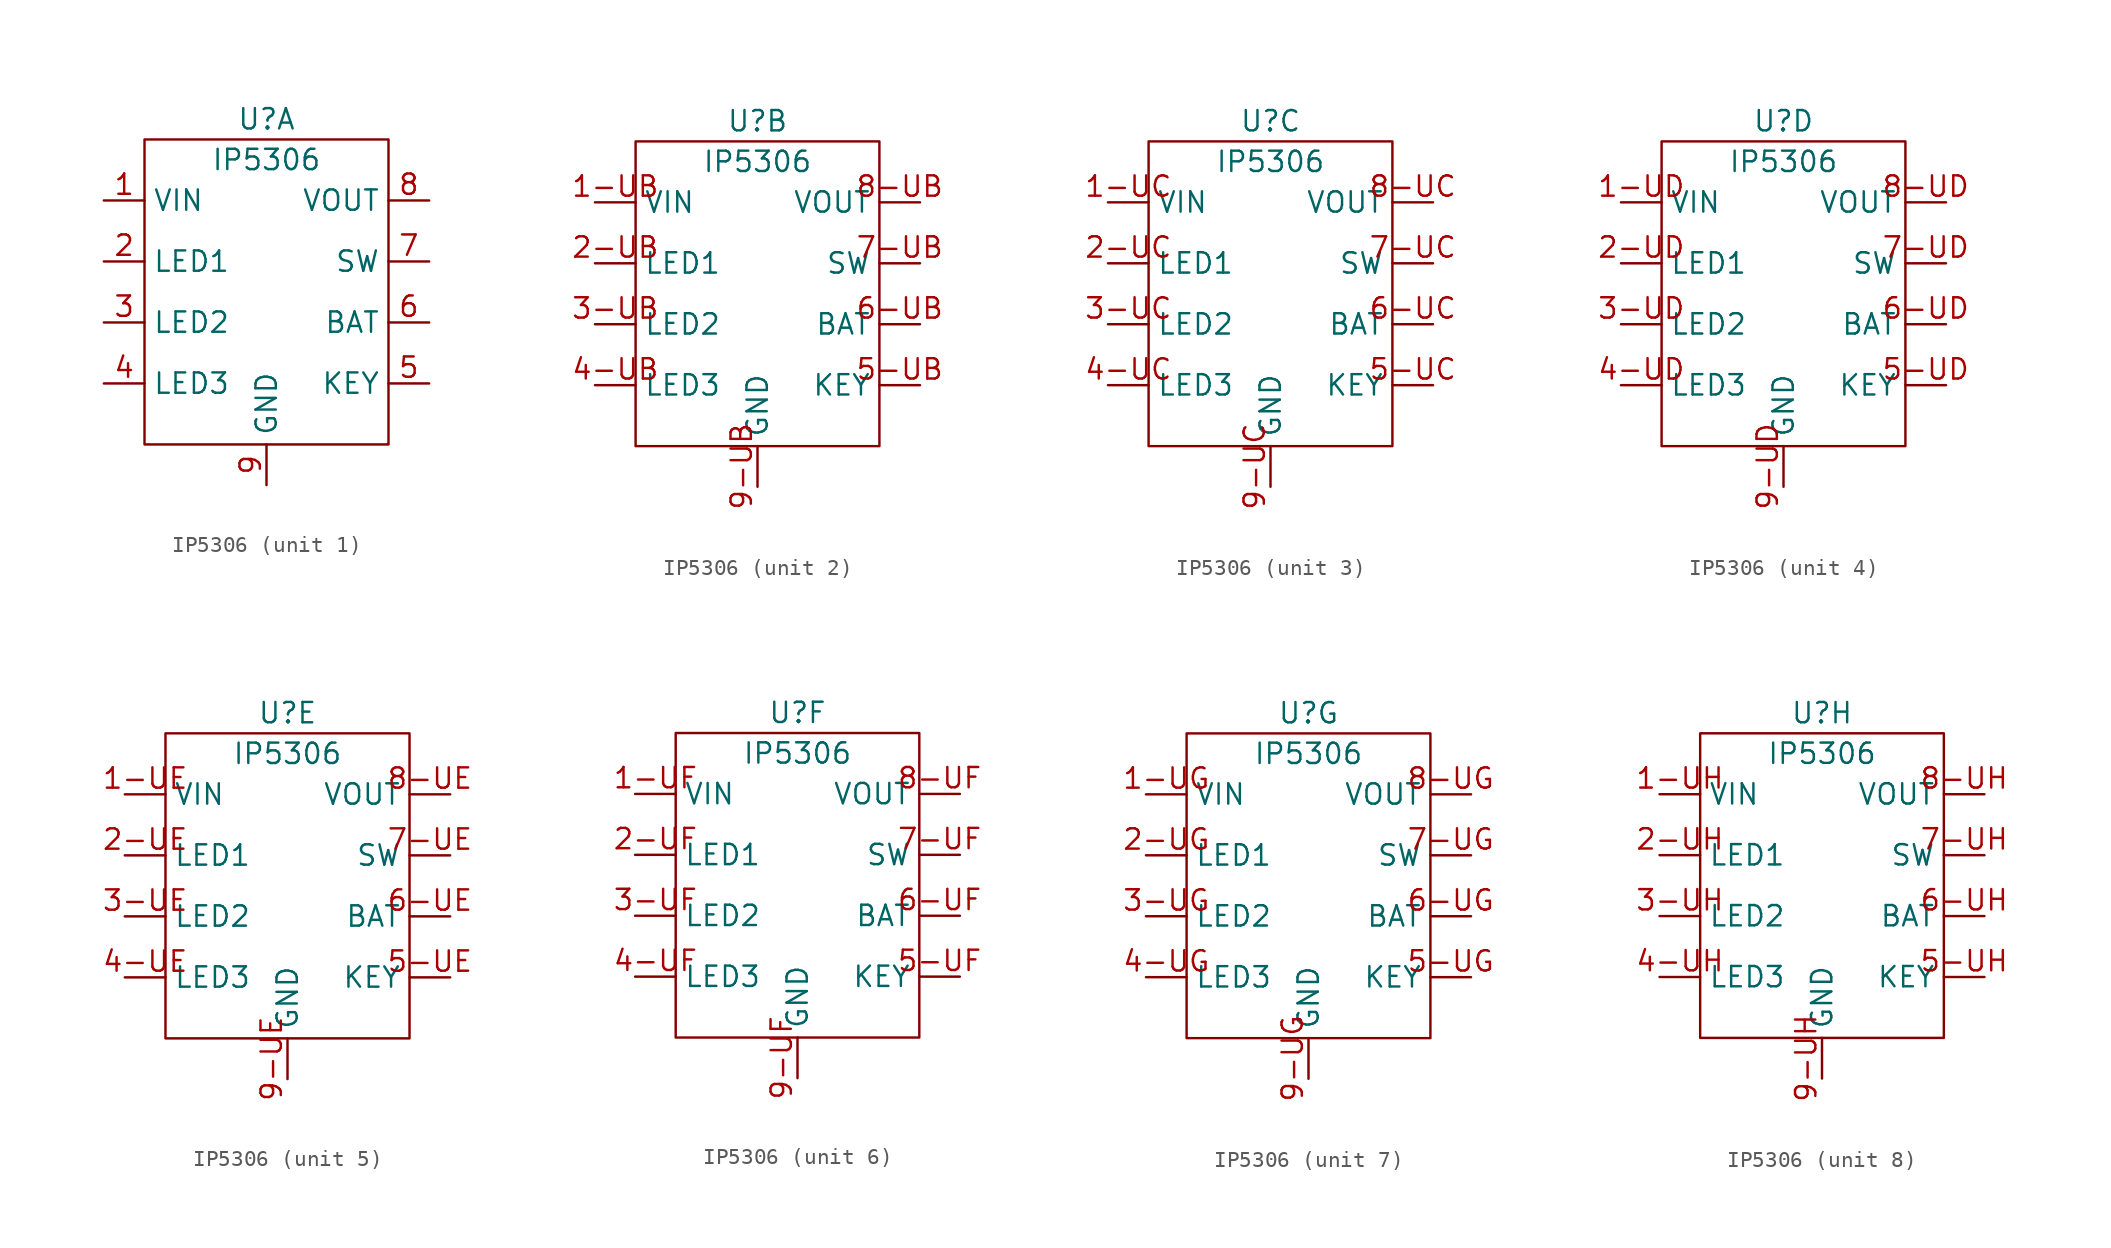
<source format=kicad_sym>
(kicad_symbol_lib
  (version 20211014)
  (generator kicad_symbol_editor)
  (symbol "IP5306"
    (property "Reference" "U"
      (at 0 -1.27 0)
      (effects (font (size 1.27 1.27))))
    (property "Value" "IP5306"
      (at 0 -3.81 0)
      (effects (font (size 1.27 1.27))))
    (symbol "IP5306_0_1"
      (rectangle (start -7.62 -2.54) (end 7.62 -21.59) (stroke (width 0.152) (type default) (color 0 0 0 0)) (fill (type none))))
    (symbol "IP5306_1_1"
      (pin power_in line (at -10.16 -6.35 0) (length 2.54) (name "VIN" (effects (font (size 1.27 1.27)))) (number "1" (effects (font (size 1.27 1.27)))))
      (pin bidirectional line (at -10.16 -10.16 0) (length 2.54) (name "LED1" (effects (font (size 1.27 1.27)))) (number "2" (effects (font (size 1.27 1.27)))))
      (pin bidirectional line (at -10.16 -13.97 0) (length 2.54) (name "LED2" (effects (font (size 1.27 1.27)))) (number "3" (effects (font (size 1.27 1.27)))))
      (pin bidirectional line (at -10.16 -17.78 0) (length 2.54) (name "LED3" (effects (font (size 1.27 1.27)))) (number "4" (effects (font (size 1.27 1.27)))))
      (pin input line (at 10.16 -17.78 180) (length 2.54) (name "KEY" (effects (font (size 1.27 1.27)))) (number "5" (effects (font (size 1.27 1.27)))))
      (pin input line (at 10.16 -13.97 180) (length 2.54) (name "BAT" (effects (font (size 1.27 1.27)))) (number "6" (effects (font (size 1.27 1.27)))))
      (pin input line (at 10.16 -10.16 180) (length 2.54) (name "SW" (effects (font (size 1.27 1.27)))) (number "7" (effects (font (size 1.27 1.27)))))
      (pin power_in line (at 10.16 -6.35 180) (length 2.54) (name "VOUT" (effects (font (size 1.27 1.27)))) (number "8" (effects (font (size 1.27 1.27)))))
      (pin power_in line (at 0 -24.13 90) (length 2.54) (name "GND" (effects (font (size 1.27 1.27)))) (number "9" (effects (font (size 1.27 1.27))))))
    (symbol "IP5306_2_1"
      (pin power_in line (at -10.16 -6.35 0) (length 2.54) (name "VIN" (effects (font (size 1.27 1.27)))) (number "1-UB" (effects (font (size 1.27 1.27)))))
      (pin bidirectional line (at -10.16 -10.16 0) (length 2.54) (name "LED1" (effects (font (size 1.27 1.27)))) (number "2-UB" (effects (font (size 1.27 1.27)))))
      (pin bidirectional line (at -10.16 -13.97 0) (length 2.54) (name "LED2" (effects (font (size 1.27 1.27)))) (number "3-UB" (effects (font (size 1.27 1.27)))))
      (pin bidirectional line (at -10.16 -17.78 0) (length 2.54) (name "LED3" (effects (font (size 1.27 1.27)))) (number "4-UB" (effects (font (size 1.27 1.27)))))
      (pin input line (at 10.16 -17.78 180) (length 2.54) (name "KEY" (effects (font (size 1.27 1.27)))) (number "5-UB" (effects (font (size 1.27 1.27)))))
      (pin input line (at 10.16 -13.97 180) (length 2.54) (name "BAT" (effects (font (size 1.27 1.27)))) (number "6-UB" (effects (font (size 1.27 1.27)))))
      (pin input line (at 10.16 -10.16 180) (length 2.54) (name "SW" (effects (font (size 1.27 1.27)))) (number "7-UB" (effects (font (size 1.27 1.27)))))
      (pin power_in line (at 10.16 -6.35 180) (length 2.54) (name "VOUT" (effects (font (size 1.27 1.27)))) (number "8-UB" (effects (font (size 1.27 1.27)))))
      (pin power_in line (at 0 -24.13 90) (length 2.54) (name "GND" (effects (font (size 1.27 1.27)))) (number "9-UB" (effects (font (size 1.27 1.27))))))
    (symbol "IP5306_3_1"
      (pin power_in line (at -10.16 -6.35 0) (length 2.54) (name "VIN" (effects (font (size 1.27 1.27)))) (number "1-UC" (effects (font (size 1.27 1.27)))))
      (pin bidirectional line (at -10.16 -10.16 0) (length 2.54) (name "LED1" (effects (font (size 1.27 1.27)))) (number "2-UC" (effects (font (size 1.27 1.27)))))
      (pin bidirectional line (at -10.16 -13.97 0) (length 2.54) (name "LED2" (effects (font (size 1.27 1.27)))) (number "3-UC" (effects (font (size 1.27 1.27)))))
      (pin bidirectional line (at -10.16 -17.78 0) (length 2.54) (name "LED3" (effects (font (size 1.27 1.27)))) (number "4-UC" (effects (font (size 1.27 1.27)))))
      (pin input line (at 10.16 -17.78 180) (length 2.54) (name "KEY" (effects (font (size 1.27 1.27)))) (number "5-UC" (effects (font (size 1.27 1.27)))))
      (pin input line (at 10.16 -13.97 180) (length 2.54) (name "BAT" (effects (font (size 1.27 1.27)))) (number "6-UC" (effects (font (size 1.27 1.27)))))
      (pin input line (at 10.16 -10.16 180) (length 2.54) (name "SW" (effects (font (size 1.27 1.27)))) (number "7-UC" (effects (font (size 1.27 1.27)))))
      (pin power_in line (at 10.16 -6.35 180) (length 2.54) (name "VOUT" (effects (font (size 1.27 1.27)))) (number "8-UC" (effects (font (size 1.27 1.27)))))
      (pin power_in line (at 0 -24.13 90) (length 2.54) (name "GND" (effects (font (size 1.27 1.27)))) (number "9-UC" (effects (font (size 1.27 1.27))))))
    (symbol "IP5306_4_1"
      (pin power_in line (at -10.16 -6.35 0) (length 2.54) (name "VIN" (effects (font (size 1.27 1.27)))) (number "1-UD" (effects (font (size 1.27 1.27)))))
      (pin bidirectional line (at -10.16 -10.16 0) (length 2.54) (name "LED1" (effects (font (size 1.27 1.27)))) (number "2-UD" (effects (font (size 1.27 1.27)))))
      (pin bidirectional line (at -10.16 -13.97 0) (length 2.54) (name "LED2" (effects (font (size 1.27 1.27)))) (number "3-UD" (effects (font (size 1.27 1.27)))))
      (pin bidirectional line (at -10.16 -17.78 0) (length 2.54) (name "LED3" (effects (font (size 1.27 1.27)))) (number "4-UD" (effects (font (size 1.27 1.27)))))
      (pin input line (at 10.16 -17.78 180) (length 2.54) (name "KEY" (effects (font (size 1.27 1.27)))) (number "5-UD" (effects (font (size 1.27 1.27)))))
      (pin input line (at 10.16 -13.97 180) (length 2.54) (name "BAT" (effects (font (size 1.27 1.27)))) (number "6-UD" (effects (font (size 1.27 1.27)))))
      (pin input line (at 10.16 -10.16 180) (length 2.54) (name "SW" (effects (font (size 1.27 1.27)))) (number "7-UD" (effects (font (size 1.27 1.27)))))
      (pin power_in line (at 10.16 -6.35 180) (length 2.54) (name "VOUT" (effects (font (size 1.27 1.27)))) (number "8-UD" (effects (font (size 1.27 1.27)))))
      (pin power_in line (at 0 -24.13 90) (length 2.54) (name "GND" (effects (font (size 1.27 1.27)))) (number "9-UD" (effects (font (size 1.27 1.27))))))
    (symbol "IP5306_5_1"
      (pin power_in line (at -10.16 -6.35 0) (length 2.54) (name "VIN" (effects (font (size 1.27 1.27)))) (number "1-UE" (effects (font (size 1.27 1.27)))))
      (pin bidirectional line (at -10.16 -10.16 0) (length 2.54) (name "LED1" (effects (font (size 1.27 1.27)))) (number "2-UE" (effects (font (size 1.27 1.27)))))
      (pin bidirectional line (at -10.16 -13.97 0) (length 2.54) (name "LED2" (effects (font (size 1.27 1.27)))) (number "3-UE" (effects (font (size 1.27 1.27)))))
      (pin bidirectional line (at -10.16 -17.78 0) (length 2.54) (name "LED3" (effects (font (size 1.27 1.27)))) (number "4-UE" (effects (font (size 1.27 1.27)))))
      (pin input line (at 10.16 -17.78 180) (length 2.54) (name "KEY" (effects (font (size 1.27 1.27)))) (number "5-UE" (effects (font (size 1.27 1.27)))))
      (pin input line (at 10.16 -13.97 180) (length 2.54) (name "BAT" (effects (font (size 1.27 1.27)))) (number "6-UE" (effects (font (size 1.27 1.27)))))
      (pin input line (at 10.16 -10.16 180) (length 2.54) (name "SW" (effects (font (size 1.27 1.27)))) (number "7-UE" (effects (font (size 1.27 1.27)))))
      (pin power_in line (at 10.16 -6.35 180) (length 2.54) (name "VOUT" (effects (font (size 1.27 1.27)))) (number "8-UE" (effects (font (size 1.27 1.27)))))
      (pin power_in line (at 0 -24.13 90) (length 2.54) (name "GND" (effects (font (size 1.27 1.27)))) (number "9-UE" (effects (font (size 1.27 1.27))))))
    (symbol "IP5306_6_1"
      (pin power_in line (at -10.16 -6.35 0) (length 2.54) (name "VIN" (effects (font (size 1.27 1.27)))) (number "1-UF" (effects (font (size 1.27 1.27)))))
      (pin bidirectional line (at -10.16 -10.16 0) (length 2.54) (name "LED1" (effects (font (size 1.27 1.27)))) (number "2-UF" (effects (font (size 1.27 1.27)))))
      (pin bidirectional line (at -10.16 -13.97 0) (length 2.54) (name "LED2" (effects (font (size 1.27 1.27)))) (number "3-UF" (effects (font (size 1.27 1.27)))))
      (pin bidirectional line (at -10.16 -17.78 0) (length 2.54) (name "LED3" (effects (font (size 1.27 1.27)))) (number "4-UF" (effects (font (size 1.27 1.27)))))
      (pin input line (at 10.16 -17.78 180) (length 2.54) (name "KEY" (effects (font (size 1.27 1.27)))) (number "5-UF" (effects (font (size 1.27 1.27)))))
      (pin input line (at 10.16 -13.97 180) (length 2.54) (name "BAT" (effects (font (size 1.27 1.27)))) (number "6-UF" (effects (font (size 1.27 1.27)))))
      (pin input line (at 10.16 -10.16 180) (length 2.54) (name "SW" (effects (font (size 1.27 1.27)))) (number "7-UF" (effects (font (size 1.27 1.27)))))
      (pin power_in line (at 10.16 -6.35 180) (length 2.54) (name "VOUT" (effects (font (size 1.27 1.27)))) (number "8-UF" (effects (font (size 1.27 1.27)))))
      (pin power_in line (at 0 -24.13 90) (length 2.54) (name "GND" (effects (font (size 1.27 1.27)))) (number "9-UF" (effects (font (size 1.27 1.27))))))
    (symbol "IP5306_7_1"
      (pin power_in line (at -10.16 -6.35 0) (length 2.54) (name "VIN" (effects (font (size 1.27 1.27)))) (number "1-UG" (effects (font (size 1.27 1.27)))))
      (pin bidirectional line (at -10.16 -10.16 0) (length 2.54) (name "LED1" (effects (font (size 1.27 1.27)))) (number "2-UG" (effects (font (size 1.27 1.27)))))
      (pin bidirectional line (at -10.16 -13.97 0) (length 2.54) (name "LED2" (effects (font (size 1.27 1.27)))) (number "3-UG" (effects (font (size 1.27 1.27)))))
      (pin bidirectional line (at -10.16 -17.78 0) (length 2.54) (name "LED3" (effects (font (size 1.27 1.27)))) (number "4-UG" (effects (font (size 1.27 1.27)))))
      (pin input line (at 10.16 -17.78 180) (length 2.54) (name "KEY" (effects (font (size 1.27 1.27)))) (number "5-UG" (effects (font (size 1.27 1.27)))))
      (pin input line (at 10.16 -13.97 180) (length 2.54) (name "BAT" (effects (font (size 1.27 1.27)))) (number "6-UG" (effects (font (size 1.27 1.27)))))
      (pin input line (at 10.16 -10.16 180) (length 2.54) (name "SW" (effects (font (size 1.27 1.27)))) (number "7-UG" (effects (font (size 1.27 1.27)))))
      (pin power_in line (at 10.16 -6.35 180) (length 2.54) (name "VOUT" (effects (font (size 1.27 1.27)))) (number "8-UG" (effects (font (size 1.27 1.27)))))
      (pin power_in line (at 0 -24.13 90) (length 2.54) (name "GND" (effects (font (size 1.27 1.27)))) (number "9-UG" (effects (font (size 1.27 1.27))))))
    (symbol "IP5306_8_1"
      (pin power_in line (at -10.16 -6.35 0) (length 2.54) (name "VIN" (effects (font (size 1.27 1.27)))) (number "1-UH" (effects (font (size 1.27 1.27)))))
      (pin bidirectional line (at -10.16 -10.16 0) (length 2.54) (name "LED1" (effects (font (size 1.27 1.27)))) (number "2-UH" (effects (font (size 1.27 1.27)))))
      (pin bidirectional line (at -10.16 -13.97 0) (length 2.54) (name "LED2" (effects (font (size 1.27 1.27)))) (number "3-UH" (effects (font (size 1.27 1.27)))))
      (pin bidirectional line (at -10.16 -17.78 0) (length 2.54) (name "LED3" (effects (font (size 1.27 1.27)))) (number "4-UH" (effects (font (size 1.27 1.27)))))
      (pin input line (at 10.16 -17.78 180) (length 2.54) (name "KEY" (effects (font (size 1.27 1.27)))) (number "5-UH" (effects (font (size 1.27 1.27)))))
      (pin input line (at 10.16 -13.97 180) (length 2.54) (name "BAT" (effects (font (size 1.27 1.27)))) (number "6-UH" (effects (font (size 1.27 1.27)))))
      (pin input line (at 10.16 -10.16 180) (length 2.54) (name "SW" (effects (font (size 1.27 1.27)))) (number "7-UH" (effects (font (size 1.27 1.27)))))
      (pin power_in line (at 10.16 -6.35 180) (length 2.54) (name "VOUT" (effects (font (size 1.27 1.27)))) (number "8-UH" (effects (font (size 1.27 1.27)))))
      (pin power_in line (at 0 -24.13 90) (length 2.54) (name "GND" (effects (font (size 1.27 1.27)))) (number "9-UH" (effects (font (size 1.27 1.27))))))))
</source>
